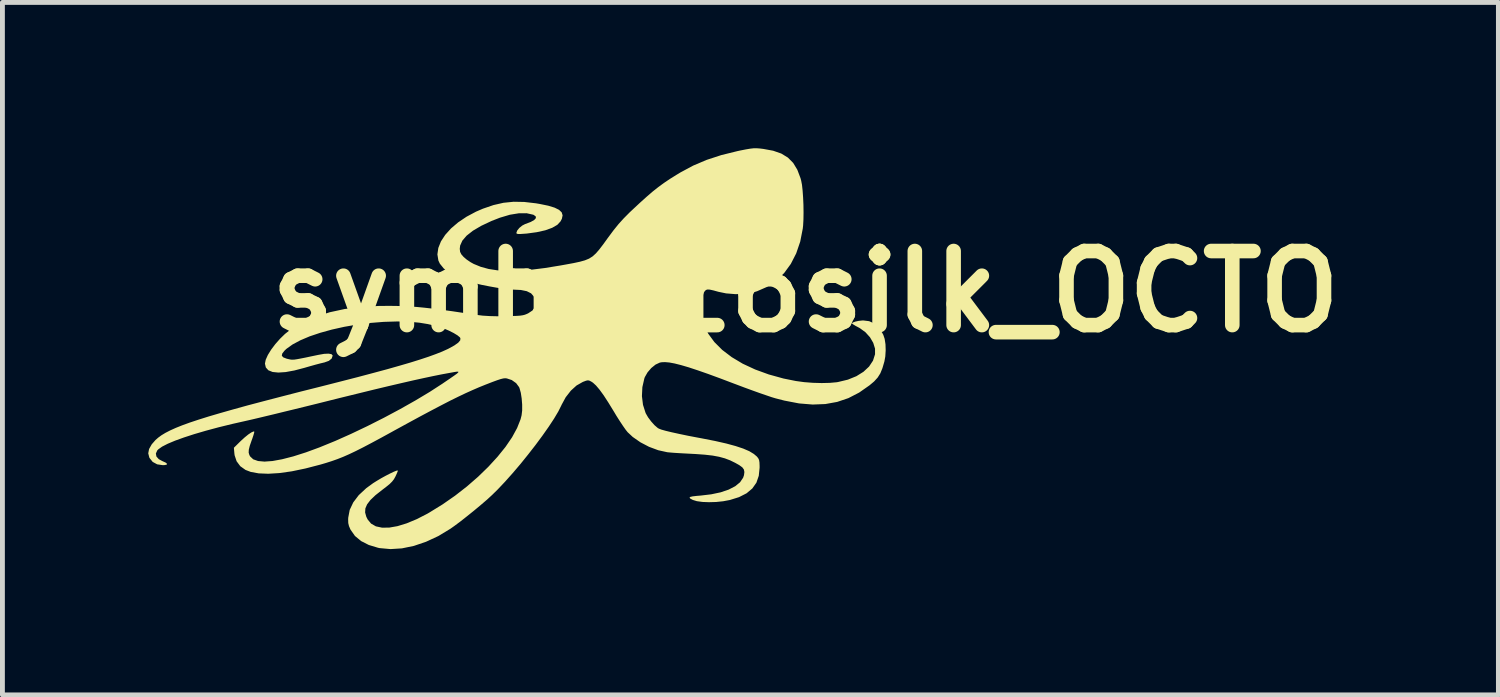
<source format=kicad_pcb>
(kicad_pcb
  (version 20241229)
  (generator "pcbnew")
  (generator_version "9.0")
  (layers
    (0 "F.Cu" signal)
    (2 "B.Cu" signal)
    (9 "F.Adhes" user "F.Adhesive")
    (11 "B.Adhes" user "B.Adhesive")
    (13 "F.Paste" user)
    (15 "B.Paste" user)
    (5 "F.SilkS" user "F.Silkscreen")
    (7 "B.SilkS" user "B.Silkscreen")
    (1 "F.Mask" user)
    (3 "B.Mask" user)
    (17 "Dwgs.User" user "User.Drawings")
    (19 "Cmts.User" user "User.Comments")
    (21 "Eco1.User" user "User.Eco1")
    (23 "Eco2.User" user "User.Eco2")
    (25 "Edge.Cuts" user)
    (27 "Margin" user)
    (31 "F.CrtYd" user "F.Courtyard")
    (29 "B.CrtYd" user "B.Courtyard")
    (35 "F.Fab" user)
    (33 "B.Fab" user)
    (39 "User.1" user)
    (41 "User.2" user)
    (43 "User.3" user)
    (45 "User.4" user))
  (footprint "symbol16silk_OCTO"
    (layer "F.Cu")
    (at 7.426 4.219)
    (property "Reference" "symbol16silk_OCTO" (at 6.096 -1.27 0) (layer "F.SilkS") (effects (font (size 1.524 1.524) (thickness 0.3))))
    (attr board_only exclude_from_pos_files exclude_from_bom)
    (fp_poly (pts (xy 5.157 -4.214) (xy 5.23 -4.205) (xy 5.431 -4.168) (xy 5.598 -4.11) (xy 5.734 -4.027) (xy 5.843 -3.917) (xy 5.928 -3.777) (xy 5.994 -3.603) (xy 6.007 -3.554) (xy 6.024 -3.467) (xy 6.037 -3.347) (xy 6.047 -3.206) (xy 6.054 -3.053) (xy 6.056 -2.898) (xy 6.054 -2.753) (xy 6.047 -2.626) (xy 6.04 -2.565) (xy 5.988 -2.299) (xy 5.905 -2.056) (xy 5.794 -1.839) (xy 5.657 -1.651) (xy 5.494 -1.493) (xy 5.308 -1.368) (xy 5.1 -1.277) (xy 5.025 -1.254) (xy 4.85 -1.224) (xy 4.657 -1.217) (xy 4.462 -1.233) (xy 4.307 -1.265) (xy 4.202 -1.294) (xy 4.129 -1.31) (xy 4.081 -1.313) (xy 4.049 -1.303) (xy 4.025 -1.28) (xy 4.005 -1.249) (xy 3.981 -1.182) (xy 3.966 -1.085) (xy 3.96 -0.969) (xy 3.964 -0.846) (xy 3.976 -0.727) (xy 3.997 -0.623) (xy 4.008 -0.586) (xy 4.095 -0.404) (xy 4.221 -0.232) (xy 4.383 -0.07) (xy 4.579 0.079) (xy 4.805 0.214) (xy 5.061 0.333) (xy 5.341 0.435) (xy 5.645 0.519) (xy 5.899 0.57) (xy 6.068 0.593) (xy 6.249 0.607) (xy 6.43 0.612) (xy 6.598 0.608) (xy 6.741 0.595) (xy 6.768 0.59) (xy 6.968 0.542) (xy 7.143 0.471) (xy 7.289 0.38) (xy 7.404 0.273) (xy 7.485 0.151) (xy 7.527 0.02) (xy 7.527 -0.096) (xy 7.49 -0.215) (xy 7.423 -0.33) (xy 7.329 -0.434) (xy 7.215 -0.517) (xy 7.192 -0.53) (xy 7.124 -0.566) (xy 7.075 -0.596) (xy 7.053 -0.614) (xy 7.052 -0.616) (xy 7.071 -0.634) (xy 7.12 -0.652) (xy 7.188 -0.667) (xy 7.262 -0.675) (xy 7.288 -0.676) (xy 7.406 -0.661) (xy 7.507 -0.616) (xy 7.596 -0.537) (xy 7.676 -0.419) (xy 7.697 -0.38) (xy 7.725 -0.297) (xy 7.742 -0.186) (xy 7.746 -0.061) (xy 7.738 0.066) (xy 7.719 0.17) (xy 7.679 0.306) (xy 7.636 0.412) (xy 7.581 0.499) (xy 7.508 0.579) (xy 7.413 0.659) (xy 7.2 0.808) (xy 6.979 0.922) (xy 6.748 1) (xy 6.504 1.044) (xy 6.244 1.054) (xy 5.964 1.031) (xy 5.662 0.973) (xy 5.479 0.926) (xy 5.399 0.902) (xy 5.288 0.864) (xy 5.151 0.817) (xy 4.998 0.762) (xy 4.834 0.702) (xy 4.667 0.639) (xy 4.624 0.623) (xy 4.339 0.515) (xy 4.091 0.424) (xy 3.876 0.349) (xy 3.691 0.288) (xy 3.534 0.242) (xy 3.403 0.209) (xy 3.295 0.189) (xy 3.206 0.181) (xy 3.135 0.184) (xy 3.099 0.191) (xy 3.011 0.232) (xy 2.923 0.303) (xy 2.846 0.393) (xy 2.79 0.491) (xy 2.78 0.52) (xy 2.74 0.696) (xy 2.731 0.881) (xy 2.753 1.06) (xy 2.805 1.223) (xy 2.811 1.237) (xy 2.858 1.318) (xy 2.921 1.402) (xy 2.99 1.479) (xy 3.055 1.535) (xy 3.08 1.55) (xy 3.132 1.57) (xy 3.221 1.595) (xy 3.346 1.625) (xy 3.501 1.659) (xy 3.683 1.697) (xy 3.888 1.736) (xy 3.969 1.751) (xy 4.238 1.804) (xy 4.467 1.856) (xy 4.658 1.908) (xy 4.815 1.96) (xy 4.94 2.014) (xy 5.034 2.071) (xy 5.096 2.124) (xy 5.124 2.159) (xy 5.141 2.195) (xy 5.149 2.244) (xy 5.152 2.319) (xy 5.152 2.354) (xy 5.135 2.52) (xy 5.086 2.662) (xy 5.002 2.781) (xy 4.884 2.88) (xy 4.729 2.959) (xy 4.537 3.019) (xy 4.535 3.019) (xy 4.401 3.044) (xy 4.257 3.059) (xy 4.111 3.063) (xy 3.976 3.058) (xy 3.861 3.042) (xy 3.779 3.017) (xy 3.729 2.991) (xy 3.71 2.971) (xy 3.724 2.955) (xy 3.775 2.943) (xy 3.864 2.933) (xy 3.938 2.927) (xy 4.157 2.901) (xy 4.351 2.86) (xy 4.516 2.804) (xy 4.651 2.734) (xy 4.75 2.653) (xy 4.813 2.56) (xy 4.831 2.507) (xy 4.839 2.442) (xy 4.829 2.391) (xy 4.796 2.346) (xy 4.733 2.3) (xy 4.651 2.254) (xy 4.545 2.202) (xy 4.437 2.161) (xy 4.319 2.129) (xy 4.185 2.104) (xy 4.026 2.086) (xy 3.835 2.072) (xy 3.758 2.068) (xy 3.624 2.061) (xy 3.497 2.054) (xy 3.387 2.047) (xy 3.303 2.04) (xy 3.252 2.035) (xy 3.066 1.994) (xy 2.878 1.924) (xy 2.7 1.831) (xy 2.542 1.721) (xy 2.437 1.623) (xy 2.397 1.573) (xy 2.342 1.495) (xy 2.277 1.397) (xy 2.207 1.287) (xy 2.152 1.195) (xy 2.039 1.011) (xy 1.943 0.863) (xy 1.859 0.748) (xy 1.787 0.663) (xy 1.724 0.605) (xy 1.694 0.585) (xy 1.653 0.563) (xy 1.621 0.556) (xy 1.583 0.563) (xy 1.522 0.586) (xy 1.511 0.591) (xy 1.386 0.662) (xy 1.269 0.768) (xy 1.163 0.904) (xy 1.077 1.062) (xy 1.073 1.072) (xy 1.011 1.196) (xy 0.923 1.344) (xy 0.813 1.511) (xy 0.685 1.693) (xy 0.543 1.885) (xy 0.391 2.08) (xy 0.234 2.275) (xy 0.074 2.463) (xy -0.084 2.64) (xy -0.236 2.801) (xy -0.351 2.914) (xy -0.453 3.008) (xy -0.579 3.116) (xy -0.718 3.232) (xy -0.862 3.348) (xy -1 3.457) (xy -1.125 3.55) (xy -1.21 3.61) (xy -1.458 3.76) (xy -1.71 3.877) (xy -1.96 3.962) (xy -2.206 4.013) (xy -2.441 4.028) (xy -2.663 4.008) (xy -2.698 4.001) (xy -2.889 3.943) (xy -3.048 3.862) (xy -3.173 3.758) (xy -3.262 3.631) (xy -3.266 3.625) (xy -3.296 3.555) (xy -3.311 3.492) (xy -3.313 3.415) (xy -3.311 3.38) (xy -3.281 3.221) (xy -3.208 3.067) (xy -3.095 2.918) (xy -2.94 2.774) (xy -2.8 2.672) (xy -2.72 2.622) (xy -2.631 2.569) (xy -2.538 2.518) (xy -2.45 2.473) (xy -2.375 2.437) (xy -2.32 2.415) (xy -2.292 2.41) (xy -2.291 2.41) (xy -2.295 2.432) (xy -2.315 2.48) (xy -2.34 2.534) (xy -2.371 2.59) (xy -2.409 2.639) (xy -2.46 2.69) (xy -2.534 2.75) (xy -2.61 2.808) (xy -2.751 2.919) (xy -2.854 3.017) (xy -2.923 3.107) (xy -2.959 3.191) (xy -2.964 3.275) (xy -2.94 3.362) (xy -2.913 3.417) (xy -2.842 3.503) (xy -2.743 3.56) (xy -2.617 3.587) (xy -2.469 3.586) (xy -2.298 3.556) (xy -2.109 3.498) (xy -1.902 3.412) (xy -1.68 3.298) (xy -1.636 3.272) (xy -1.37 3.108) (xy -1.113 2.929) (xy -0.869 2.739) (xy -0.64 2.54) (xy -0.43 2.336) (xy -0.241 2.13) (xy -0.077 1.927) (xy 0.059 1.728) (xy 0.163 1.537) (xy 0.234 1.358) (xy 0.255 1.276) (xy 0.267 1.176) (xy 0.267 1.055) (xy 0.257 0.929) (xy 0.239 0.812) (xy 0.213 0.719) (xy 0.204 0.696) (xy 0.143 0.614) (xy 0.053 0.55) (xy -0.047 0.517) (xy -0.081 0.513) (xy -0.122 0.517) (xy -0.175 0.53) (xy -0.248 0.554) (xy -0.346 0.59) (xy -0.477 0.641) (xy -0.49 0.646) (xy -0.621 0.699) (xy -0.755 0.757) (xy -0.895 0.82) (xy -1.046 0.892) (xy -1.211 0.973) (xy -1.393 1.067) (xy -1.597 1.174) (xy -1.826 1.296) (xy -2.084 1.436) (xy -2.375 1.595) (xy -2.407 1.613) (xy -2.637 1.739) (xy -2.836 1.846) (xy -3.009 1.937) (xy -3.16 2.013) (xy -3.295 2.077) (xy -3.418 2.131) (xy -3.535 2.177) (xy -3.651 2.218) (xy -3.77 2.256) (xy -3.882 2.289) (xy -4.19 2.369) (xy -4.473 2.428) (xy -4.729 2.464) (xy -4.957 2.478) (xy -5.154 2.47) (xy -5.318 2.44) (xy -5.425 2.399) (xy -5.532 2.323) (xy -5.608 2.221) (xy -5.649 2.098) (xy -5.654 2.059) (xy -5.664 1.943) (xy -5.525 1.806) (xy -5.443 1.731) (xy -5.368 1.67) (xy -5.305 1.628) (xy -5.261 1.608) (xy -5.244 1.611) (xy -5.247 1.633) (xy -5.262 1.686) (xy -5.286 1.758) (xy -5.299 1.793) (xy -5.337 1.902) (xy -5.357 1.983) (xy -5.36 2.043) (xy -5.346 2.091) (xy -5.33 2.121) (xy -5.266 2.181) (xy -5.167 2.216) (xy -5.035 2.228) (xy -4.87 2.216) (xy -4.673 2.18) (xy -4.443 2.121) (xy -4.182 2.038) (xy -3.891 1.931) (xy -3.885 1.928) (xy -3.579 1.803) (xy -3.254 1.658) (xy -2.918 1.498) (xy -2.579 1.327) (xy -2.246 1.149) (xy -1.927 0.969) (xy -1.632 0.792) (xy -1.368 0.621) (xy -1.351 0.609) (xy -1.227 0.525) (xy -1.136 0.462) (xy -1.076 0.419) (xy -1.047 0.392) (xy -1.046 0.379) (xy -1.073 0.377) (xy -1.126 0.385) (xy -1.203 0.399) (xy -1.236 0.405) (xy -1.394 0.434) (xy -1.567 0.469) (xy -1.76 0.51) (xy -1.974 0.557) (xy -2.213 0.612) (xy -2.479 0.674) (xy -2.776 0.745) (xy -3.106 0.826) (xy -3.473 0.916) (xy -3.697 0.972) (xy -3.94 1.033) (xy -4.179 1.092) (xy -4.411 1.149) (xy -4.63 1.202) (xy -4.833 1.252) (xy -5.013 1.295) (xy -5.167 1.332) (xy -5.29 1.361) (xy -5.378 1.381) (xy -5.387 1.383) (xy -5.692 1.452) (xy -5.978 1.522) (xy -6.242 1.593) (xy -6.481 1.663) (xy -6.693 1.732) (xy -6.876 1.798) (xy -7.026 1.861) (xy -7.141 1.92) (xy -7.217 1.974) (xy -7.24 1.997) (xy -7.269 2.061) (xy -7.258 2.123) (xy -7.209 2.178) (xy -7.137 2.217) (xy -7.067 2.249) (xy -7.038 2.275) (xy -7.049 2.292) (xy -7.101 2.301) (xy -7.129 2.301) (xy -7.243 2.284) (xy -7.335 2.234) (xy -7.399 2.154) (xy -7.404 2.144) (xy -7.426 2.058) (xy -7.409 1.969) (xy -7.354 1.872) (xy -7.276 1.783) (xy -7.221 1.735) (xy -7.154 1.686) (xy -7.073 1.637) (xy -6.976 1.587) (xy -6.861 1.535) (xy -6.726 1.481) (xy -6.569 1.424) (xy -6.388 1.364) (xy -6.181 1.299) (xy -5.946 1.23) (xy -5.682 1.155) (xy -5.386 1.073) (xy -5.056 0.986) (xy -4.691 0.891) (xy -4.288 0.787) (xy -3.885 0.686) (xy -3.485 0.584) (xy -3.123 0.491) (xy -2.799 0.405) (xy -2.509 0.327) (xy -2.252 0.254) (xy -2.026 0.188) (xy -1.828 0.126) (xy -1.656 0.069) (xy -1.508 0.015) (xy -1.381 -0.035) (xy -1.275 -0.083) (xy -1.248 -0.096) (xy -1.128 -0.162) (xy -1.048 -0.219) (xy -1.007 -0.268) (xy -1.004 -0.311) (xy -1.014 -0.328) (xy -1.063 -0.369) (xy -1.142 -0.417) (xy -1.241 -0.467) (xy -1.349 -0.513) (xy -1.457 -0.55) (xy -1.498 -0.561) (xy -1.676 -0.602) (xy -1.848 -0.63) (xy -2.029 -0.647) (xy -2.233 -0.654) (xy -2.308 -0.655) (xy -2.58 -0.647) (xy -2.855 -0.625) (xy -3.128 -0.591) (xy -3.394 -0.545) (xy -3.649 -0.488) (xy -3.887 -0.422) (xy -4.105 -0.349) (xy -4.296 -0.268) (xy -4.457 -0.182) (xy -4.583 -0.092) (xy -4.623 -0.054) (xy -4.669 0.005) (xy -4.678 0.05) (xy -4.647 0.084) (xy -4.577 0.111) (xy -4.547 0.118) (xy -4.515 0.125) (xy -4.486 0.13) (xy -4.455 0.131) (xy -4.416 0.129) (xy -4.364 0.121) (xy -4.293 0.108) (xy -4.197 0.089) (xy -4.07 0.062) (xy -3.926 0.032) (xy -3.807 0.011) (xy -3.715 0.007) (xy -3.656 0.018) (xy -3.632 0.044) (xy -3.632 0.048) (xy -3.652 0.107) (xy -3.71 0.155) (xy -3.802 0.188) (xy -3.816 0.191) (xy -3.883 0.207) (xy -3.978 0.232) (xy -4.089 0.263) (xy -4.203 0.296) (xy -4.209 0.298) (xy -4.419 0.353) (xy -4.599 0.386) (xy -4.749 0.396) (xy -4.868 0.384) (xy -4.955 0.349) (xy -5.007 0.291) (xy -5.025 0.212) (xy -5.025 0.212) (xy -5.009 0.132) (xy -4.965 0.034) (xy -4.897 -0.076) (xy -4.812 -0.189) (xy -4.715 -0.299) (xy -4.612 -0.399) (xy -4.507 -0.482) (xy -4.481 -0.499) (xy -4.234 -0.64) (xy -3.972 -0.755) (xy -3.691 -0.845) (xy -3.386 -0.911) (xy -3.055 -0.953) (xy -2.694 -0.974) (xy -2.491 -0.976) (xy -2.34 -0.975) (xy -2.195 -0.971) (xy -2.052 -0.964) (xy -1.906 -0.954) (xy -1.751 -0.939) (xy -1.58 -0.92) (xy -1.39 -0.896) (xy -1.174 -0.866) (xy -0.927 -0.829) (xy -0.676 -0.791) (xy -0.546 -0.775) (xy -0.402 -0.766) (xy -0.236 -0.762) (xy -0.084 -0.764) (xy 0.051 -0.767) (xy 0.152 -0.77) (xy 0.225 -0.775) (xy 0.28 -0.783) (xy 0.323 -0.794) (xy 0.363 -0.81) (xy 0.391 -0.823) (xy 0.479 -0.881) (xy 0.529 -0.948) (xy 0.543 -1.03) (xy 0.538 -1.079) (xy 0.508 -1.168) (xy 0.45 -1.234) (xy 0.362 -1.278) (xy 0.24 -1.303) (xy 0.111 -1.309) (xy 0.016 -1.314) (xy -0.11 -1.328) (xy -0.256 -1.35) (xy -0.412 -1.378) (xy -0.569 -1.409) (xy -0.68 -1.435) (xy -0.893 -1.497) (xy -1.077 -1.57) (xy -1.229 -1.654) (xy -1.347 -1.746) (xy -1.427 -1.845) (xy -1.457 -1.91) (xy -1.477 -2.036) (xy -1.458 -2.168) (xy -1.404 -2.303) (xy -1.316 -2.437) (xy -1.197 -2.569) (xy -1.05 -2.694) (xy -0.878 -2.81) (xy -0.683 -2.914) (xy -0.539 -2.976) (xy -0.323 -3.05) (xy -0.117 -3.097) (xy 0.091 -3.118) (xy 0.31 -3.114) (xy 0.552 -3.086) (xy 0.633 -3.072) (xy 0.803 -3.037) (xy 0.934 -2.997) (xy 1.025 -2.952) (xy 1.08 -2.9) (xy 1.099 -2.839) (xy 1.084 -2.768) (xy 1.056 -2.714) (xy 0.99 -2.643) (xy 0.884 -2.582) (xy 0.743 -2.531) (xy 0.568 -2.492) (xy 0.363 -2.464) (xy 0.322 -2.461) (xy 0.235 -2.455) (xy 0.182 -2.455) (xy 0.156 -2.461) (xy 0.148 -2.475) (xy 0.148 -2.478) (xy 0.165 -2.526) (xy 0.209 -2.58) (xy 0.268 -2.628) (xy 0.331 -2.661) (xy 0.333 -2.661) (xy 0.442 -2.702) (xy 0.515 -2.743) (xy 0.55 -2.782) (xy 0.546 -2.817) (xy 0.503 -2.848) (xy 0.493 -2.852) (xy 0.359 -2.882) (xy 0.199 -2.881) (xy 0.014 -2.851) (xy -0.191 -2.79) (xy -0.365 -2.722) (xy -0.575 -2.623) (xy -0.745 -2.523) (xy -0.875 -2.421) (xy -0.963 -2.319) (xy -1.009 -2.217) (xy -1.017 -2.15) (xy -1.01 -2.088) (xy -0.985 -2.037) (xy -0.938 -1.983) (xy -0.876 -1.93) (xy -0.795 -1.875) (xy -0.73 -1.839) (xy -0.584 -1.779) (xy -0.422 -1.735) (xy -0.241 -1.707) (xy -0.038 -1.695) (xy 0.19 -1.699) (xy 0.447 -1.719) (xy 0.736 -1.755) (xy 1.06 -1.808) (xy 1.16 -1.826) (xy 1.324 -1.856) (xy 1.454 -1.884) (xy 1.558 -1.913) (xy 1.643 -1.948) (xy 1.716 -1.994) (xy 1.784 -2.056) (xy 1.855 -2.138) (xy 1.936 -2.244) (xy 2.034 -2.38) (xy 2.038 -2.385) (xy 2.149 -2.534) (xy 2.251 -2.66) (xy 2.357 -2.777) (xy 2.479 -2.9) (xy 2.528 -2.946) (xy 2.69 -3.097) (xy 2.829 -3.222) (xy 2.953 -3.329) (xy 3.069 -3.421) (xy 3.184 -3.505) (xy 3.304 -3.586) (xy 3.437 -3.669) (xy 3.528 -3.724) (xy 3.788 -3.863) (xy 4.064 -3.98) (xy 4.364 -4.078) (xy 4.696 -4.16) (xy 4.751 -4.172) (xy 4.868 -4.195) (xy 4.956 -4.21) (xy 5.026 -4.218) (xy 5.089 -4.219)) (stroke (width 0) (type solid)) (fill yes) (layer "F.SilkS")))
  (gr_rect
    (start -3 -3)
    (end 27.778 11.247)
    (stroke (width 0.1) (type default))
    (fill no)
    (layer "Edge.Cuts")))
</source>
